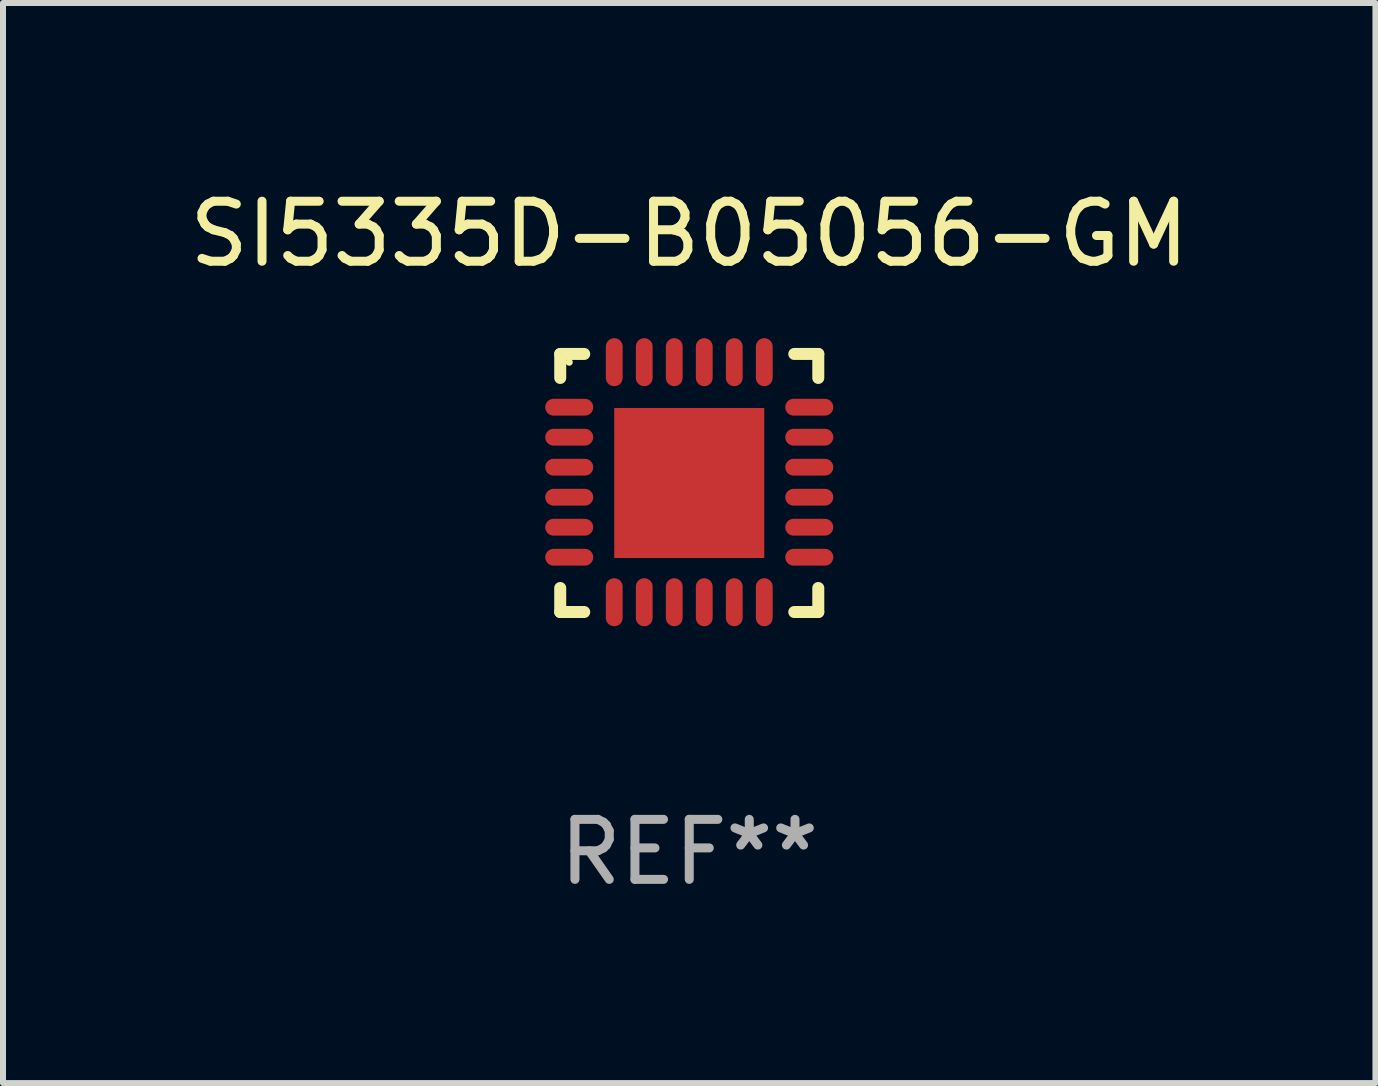
<source format=kicad_pcb>
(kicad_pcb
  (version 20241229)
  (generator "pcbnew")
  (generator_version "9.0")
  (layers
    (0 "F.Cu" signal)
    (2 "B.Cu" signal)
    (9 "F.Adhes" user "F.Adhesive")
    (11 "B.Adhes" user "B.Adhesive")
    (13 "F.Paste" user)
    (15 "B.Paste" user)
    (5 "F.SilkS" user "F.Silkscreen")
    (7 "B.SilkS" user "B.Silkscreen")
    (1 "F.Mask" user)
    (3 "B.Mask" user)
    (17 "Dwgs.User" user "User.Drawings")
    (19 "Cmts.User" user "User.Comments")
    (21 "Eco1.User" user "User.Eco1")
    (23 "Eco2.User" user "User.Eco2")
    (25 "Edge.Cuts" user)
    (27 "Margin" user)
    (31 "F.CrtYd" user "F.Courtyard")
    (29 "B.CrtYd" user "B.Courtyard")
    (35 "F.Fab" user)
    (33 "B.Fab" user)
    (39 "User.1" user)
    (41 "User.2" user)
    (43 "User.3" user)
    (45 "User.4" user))
  (footprint "SI5335D-B05056-GM"
    (layer "F.Cu")
    (at 8.435 4.998)
    (property "Reference" "SI5335D-B05056-GM" (at 0 -4.15 0) (layer "F.SilkS") (effects (font (size 1 1) (thickness 0.15))))
    (attr through_hole)
    (fp_line (start -2.15 -2.15) (end -1.75 -2.15) (stroke (width 0.2) (type solid)) (layer "F.SilkS"))
    (fp_line (start -2.15 -1.75) (end -2.15 -2.15) (stroke (width 0.2) (type solid)) (layer "F.SilkS"))
    (fp_line (start -2.15 2.15) (end -2.15 1.75) (stroke (width 0.2) (type solid)) (layer "F.SilkS"))
    (fp_line (start -1.75 2.15) (end -2.15 2.15) (stroke (width 0.2) (type solid)) (layer "F.SilkS"))
    (fp_line (start 1.75 -2.15) (end 2.15 -2.15) (stroke (width 0.2) (type solid)) (layer "F.SilkS"))
    (fp_line (start 1.75 2.15) (end 2.15 2.15) (stroke (width 0.2) (type solid)) (layer "F.SilkS"))
    (fp_line (start 2.15 -2.15) (end 2.15 -1.75) (stroke (width 0.2) (type solid)) (layer "F.SilkS"))
    (fp_line (start 2.15 2.15) (end 2.15 1.75) (stroke (width 0.2) (type solid)) (layer "F.SilkS"))
    (fp_circle (center -2 -2.013) (end -1.97 -2.013) (stroke (width 0.06) (type solid)) (fill no) (layer "F.SilkS"))
    (fp_text user "REF**" (at 0 6.15 0) (layer "F.Fab") (effects (font (size 1 1) (thickness 0.15))))
    (pad "1" smd oval (at -2 -1.263) (size 0.8 0.28) (layers "F.Cu" "F.Mask" "F.Paste"))
    (pad "2" smd oval (at -2 -0.763) (size 0.8 0.28) (layers "F.Cu" "F.Mask" "F.Paste"))
    (pad "3" smd oval (at -2 -0.263) (size 0.8 0.28) (layers "F.Cu" "F.Mask" "F.Paste"))
    (pad "4" smd oval (at -2 0.237) (size 0.8 0.28) (layers "F.Cu" "F.Mask" "F.Paste"))
    (pad "5" smd oval (at -2 0.737) (size 0.8 0.28) (layers "F.Cu" "F.Mask" "F.Paste"))
    (pad "6" smd oval (at -2 1.237) (size 0.8 0.28) (layers "F.Cu" "F.Mask" "F.Paste"))
    (pad "7" smd oval (at -1.25 1.987) (size 0.28 0.8) (layers "F.Cu" "F.Mask" "F.Paste"))
    (pad "8" smd oval (at -0.75 1.987) (size 0.28 0.8) (layers "F.Cu" "F.Mask" "F.Paste"))
    (pad "9" smd oval (at -0.25 1.987) (size 0.28 0.8) (layers "F.Cu" "F.Mask" "F.Paste"))
    (pad "10" smd oval (at 0.25 1.987) (size 0.28 0.8) (layers "F.Cu" "F.Mask" "F.Paste"))
    (pad "11" smd oval (at 0.75 1.987) (size 0.28 0.8) (layers "F.Cu" "F.Mask" "F.Paste"))
    (pad "12" smd oval (at 1.25 1.987) (size 0.28 0.8) (layers "F.Cu" "F.Mask" "F.Paste"))
    (pad "13" smd oval (at 2 1.237) (size 0.8 0.28) (layers "F.Cu" "F.Mask" "F.Paste"))
    (pad "14" smd oval (at 2 0.737) (size 0.8 0.28) (layers "F.Cu" "F.Mask" "F.Paste"))
    (pad "15" smd oval (at 2 0.237) (size 0.8 0.28) (layers "F.Cu" "F.Mask" "F.Paste"))
    (pad "16" smd oval (at 2 -0.263) (size 0.8 0.28) (layers "F.Cu" "F.Mask" "F.Paste"))
    (pad "17" smd oval (at 2 -0.763) (size 0.8 0.28) (layers "F.Cu" "F.Mask" "F.Paste"))
    (pad "18" smd oval (at 2 -1.263) (size 0.8 0.28) (layers "F.Cu" "F.Mask" "F.Paste"))
    (pad "19" smd oval (at 1.25 -2.013) (size 0.28 0.8) (layers "F.Cu" "F.Mask" "F.Paste"))
    (pad "20" smd oval (at 0.75 -2.013) (size 0.28 0.8) (layers "F.Cu" "F.Mask" "F.Paste"))
    (pad "21" smd oval (at 0.25 -2.013) (size 0.28 0.8) (layers "F.Cu" "F.Mask" "F.Paste"))
    (pad "22" smd oval (at -0.25 -2.013) (size 0.28 0.8) (layers "F.Cu" "F.Mask" "F.Paste"))
    (pad "23" smd oval (at -0.75 -2.013) (size 0.28 0.8) (layers "F.Cu" "F.Mask" "F.Paste"))
    (pad "24" smd oval (at -1.25 -2.013) (size 0.28 0.8) (layers "F.Cu" "F.Mask" "F.Paste"))
    (pad "25" smd rect (at -0.000102 -0.00014) (size 2.5 2.5) (layers "F.Cu" "F.Mask" "F.Paste")))
  (gr_rect
    (start -3 -3)
    (end 19.869 14.997)
    (stroke (width 0.1) (type default))
    (fill no)
    (layer "Edge.Cuts")))
</source>
